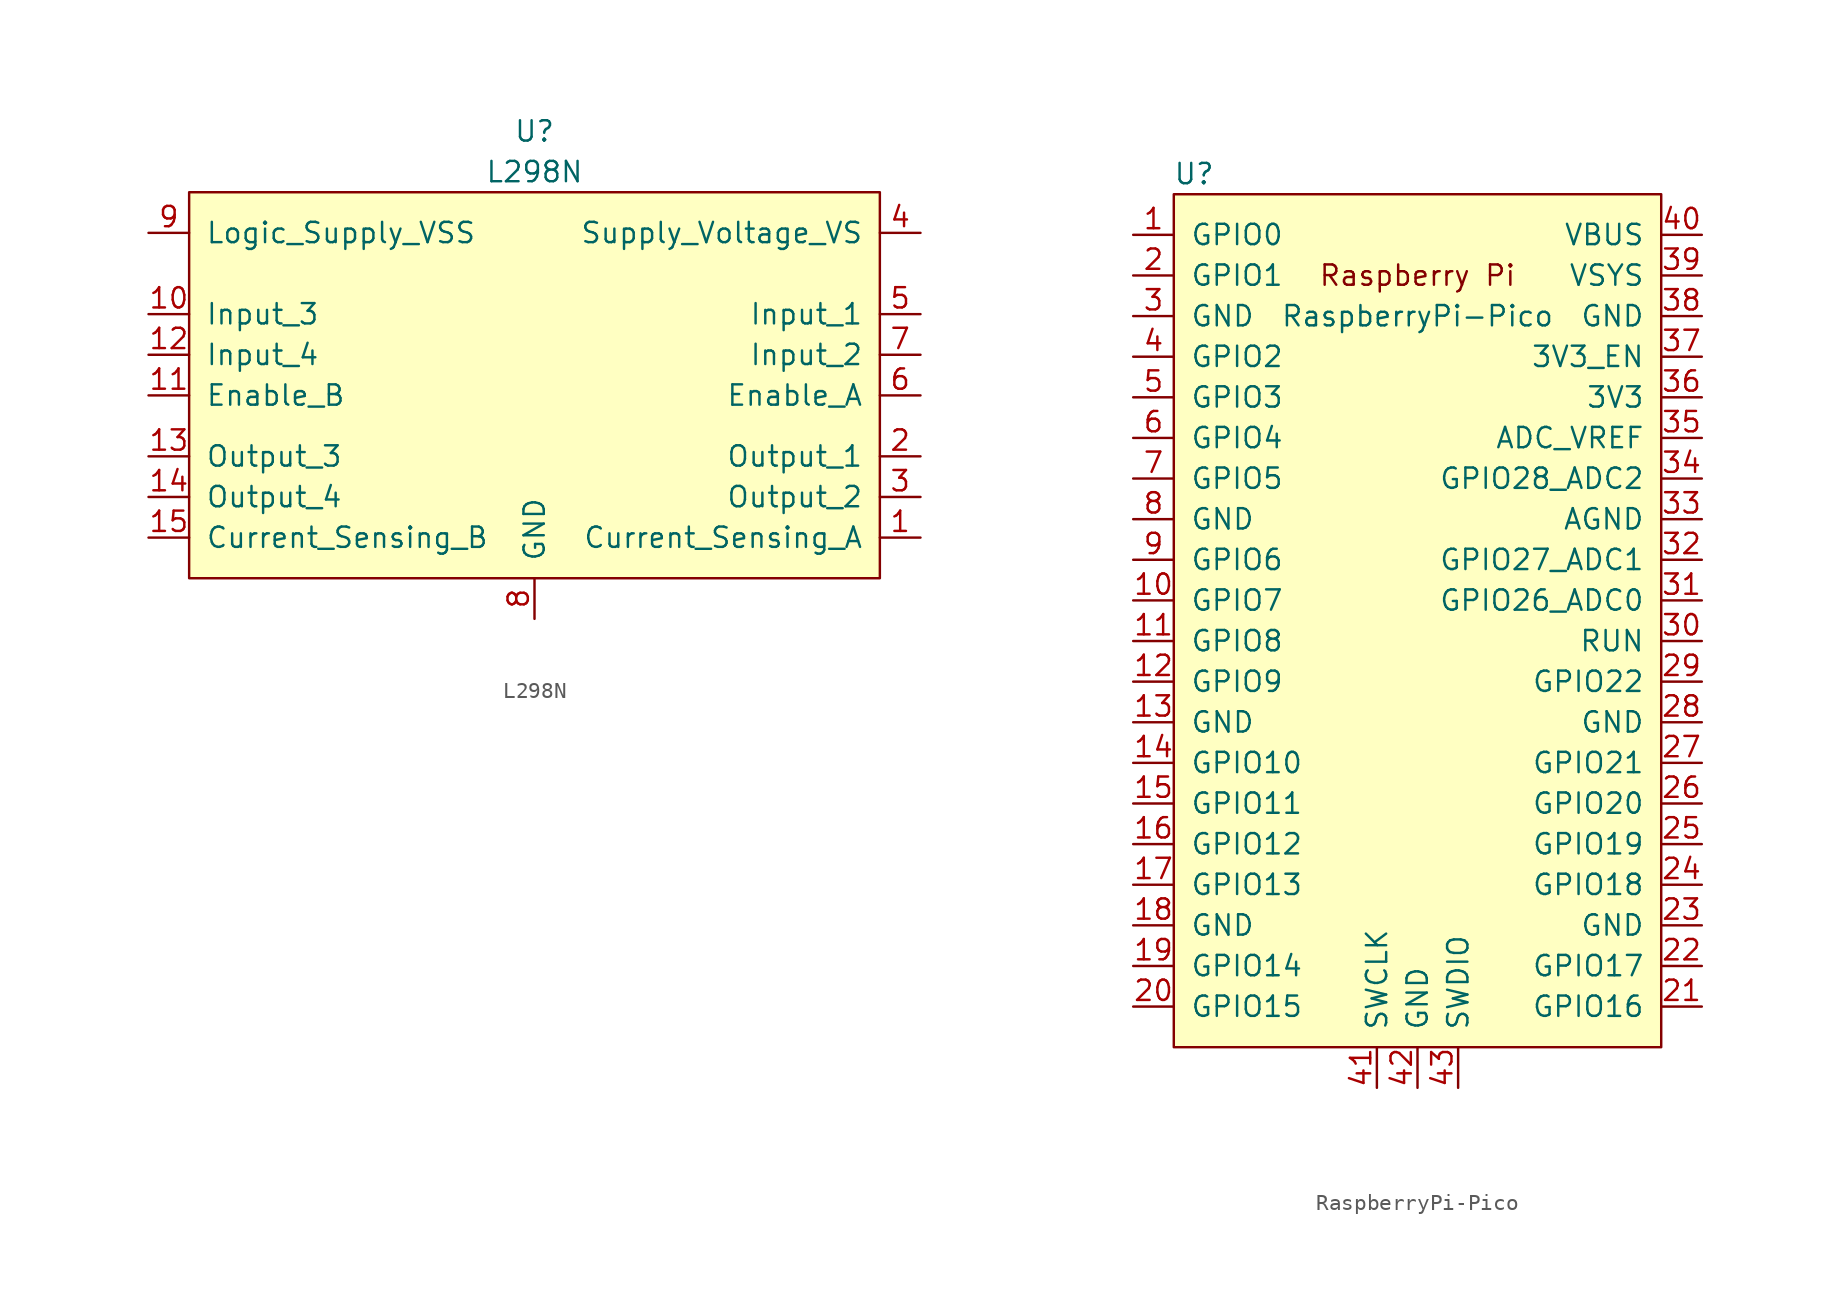
<source format=kicad_sym>
(kicad_symbol_lib
  (version 20211014)
  (generator kicad_symbol_editor)
  (symbol "L298N"
    (pin_names
      (offset 1.016))
    (property "Reference" "U"
      (at 0 3.81 0)
      (effects (font (size 1.27 1.27))))
    (property "Value" "L298N"
      (at 0 1.27 0)
      (effects (font (size 1.27 1.27))))
    (symbol "L298N_0_1"
      (rectangle (start -21.59 0) (end 21.59 -24.13) (stroke (width 0) (type default) (color 0 0 0 0)) (fill (type background))))
    (symbol "L298N_1_1"
      (pin output line (at 24.13 -21.59 180) (length 2.54) (name "Current_Sensing_A" (effects (font (size 1.27 1.27)))) (number "1" (effects (font (size 1.27 1.27)))))
      (pin input line (at -24.13 -7.62 0) (length 2.54) (name "Input_3" (effects (font (size 1.27 1.27)))) (number "10" (effects (font (size 1.27 1.27)))))
      (pin input line (at -24.13 -12.7 0) (length 2.54) (name "Enable_B" (effects (font (size 1.27 1.27)))) (number "11" (effects (font (size 1.27 1.27)))))
      (pin input line (at -24.13 -10.16 0) (length 2.54) (name "Input_4" (effects (font (size 1.27 1.27)))) (number "12" (effects (font (size 1.27 1.27)))))
      (pin output line (at -24.13 -16.51 0) (length 2.54) (name "Output_3" (effects (font (size 1.27 1.27)))) (number "13" (effects (font (size 1.27 1.27)))))
      (pin output line (at -24.13 -19.05 0) (length 2.54) (name "Output_4" (effects (font (size 1.27 1.27)))) (number "14" (effects (font (size 1.27 1.27)))))
      (pin output line (at -24.13 -21.59 0) (length 2.54) (name "Current_Sensing_B" (effects (font (size 1.27 1.27)))) (number "15" (effects (font (size 1.27 1.27)))))
      (pin output line (at 24.13 -16.51 180) (length 2.54) (name "Output_1" (effects (font (size 1.27 1.27)))) (number "2" (effects (font (size 1.27 1.27)))))
      (pin output line (at 24.13 -19.05 180) (length 2.54) (name "Output_2" (effects (font (size 1.27 1.27)))) (number "3" (effects (font (size 1.27 1.27)))))
      (pin power_in line (at 24.13 -2.54 180) (length 2.54) (name "Supply_Voltage_VS" (effects (font (size 1.27 1.27)))) (number "4" (effects (font (size 1.27 1.27)))))
      (pin input line (at 24.13 -7.62 180) (length 2.54) (name "Input_1" (effects (font (size 1.27 1.27)))) (number "5" (effects (font (size 1.27 1.27)))))
      (pin input line (at 24.13 -12.7 180) (length 2.54) (name "Enable_A" (effects (font (size 1.27 1.27)))) (number "6" (effects (font (size 1.27 1.27)))))
      (pin input line (at 24.13 -10.16 180) (length 2.54) (name "Input_2" (effects (font (size 1.27 1.27)))) (number "7" (effects (font (size 1.27 1.27)))))
      (pin power_in line (at 0 -26.67 90) (length 2.54) (name "GND" (effects (font (size 1.27 1.27)))) (number "8" (effects (font (size 1.27 1.27)))))
      (pin power_in line (at -24.13 -2.54 0) (length 2.54) (name "Logic_Supply_VSS" (effects (font (size 1.27 1.27)))) (number "9" (effects (font (size 1.27 1.27)))))))
  (symbol "RaspberryPi-Pico"
    (pin_names
      (offset 1.016))
    (property "Reference" "U"
      (at -13.97 27.94 0)
      (effects (font (size 1.27 1.27))))
    (property "Value" "RaspberryPi-Pico"
      (at 0 19.05 0)
      (effects (font (size 1.27 1.27))))
    (symbol "RaspberryPi-Pico_0_0"
      (text "Raspberry Pi" (at 0 21.59 0) (effects (font (size 1.27 1.27)))))
    (symbol "RaspberryPi-Pico_0_1"
      (rectangle (start -15.24 26.67) (end 15.24 -26.67) (stroke (width 0) (type default) (color 0 0 0 0)) (fill (type background))))
    (symbol "RaspberryPi-Pico_1_1"
      (pin bidirectional line (at -17.78 24.13 0) (length 2.54) (name "GPIO0" (effects (font (size 1.27 1.27)))) (number "1" (effects (font (size 1.27 1.27)))))
      (pin bidirectional line (at -17.78 1.27 0) (length 2.54) (name "GPIO7" (effects (font (size 1.27 1.27)))) (number "10" (effects (font (size 1.27 1.27)))))
      (pin bidirectional line (at -17.78 -1.27 0) (length 2.54) (name "GPIO8" (effects (font (size 1.27 1.27)))) (number "11" (effects (font (size 1.27 1.27)))))
      (pin bidirectional line (at -17.78 -3.81 0) (length 2.54) (name "GPIO9" (effects (font (size 1.27 1.27)))) (number "12" (effects (font (size 1.27 1.27)))))
      (pin power_in line (at -17.78 -6.35 0) (length 2.54) (name "GND" (effects (font (size 1.27 1.27)))) (number "13" (effects (font (size 1.27 1.27)))))
      (pin bidirectional line (at -17.78 -8.89 0) (length 2.54) (name "GPIO10" (effects (font (size 1.27 1.27)))) (number "14" (effects (font (size 1.27 1.27)))))
      (pin bidirectional line (at -17.78 -11.43 0) (length 2.54) (name "GPIO11" (effects (font (size 1.27 1.27)))) (number "15" (effects (font (size 1.27 1.27)))))
      (pin bidirectional line (at -17.78 -13.97 0) (length 2.54) (name "GPIO12" (effects (font (size 1.27 1.27)))) (number "16" (effects (font (size 1.27 1.27)))))
      (pin bidirectional line (at -17.78 -16.51 0) (length 2.54) (name "GPIO13" (effects (font (size 1.27 1.27)))) (number "17" (effects (font (size 1.27 1.27)))))
      (pin power_in line (at -17.78 -19.05 0) (length 2.54) (name "GND" (effects (font (size 1.27 1.27)))) (number "18" (effects (font (size 1.27 1.27)))))
      (pin bidirectional line (at -17.78 -21.59 0) (length 2.54) (name "GPIO14" (effects (font (size 1.27 1.27)))) (number "19" (effects (font (size 1.27 1.27)))))
      (pin bidirectional line (at -17.78 21.59 0) (length 2.54) (name "GPIO1" (effects (font (size 1.27 1.27)))) (number "2" (effects (font (size 1.27 1.27)))))
      (pin bidirectional line (at -17.78 -24.13 0) (length 2.54) (name "GPIO15" (effects (font (size 1.27 1.27)))) (number "20" (effects (font (size 1.27 1.27)))))
      (pin bidirectional line (at 17.78 -24.13 180) (length 2.54) (name "GPIO16" (effects (font (size 1.27 1.27)))) (number "21" (effects (font (size 1.27 1.27)))))
      (pin bidirectional line (at 17.78 -21.59 180) (length 2.54) (name "GPIO17" (effects (font (size 1.27 1.27)))) (number "22" (effects (font (size 1.27 1.27)))))
      (pin power_in line (at 17.78 -19.05 180) (length 2.54) (name "GND" (effects (font (size 1.27 1.27)))) (number "23" (effects (font (size 1.27 1.27)))))
      (pin bidirectional line (at 17.78 -16.51 180) (length 2.54) (name "GPIO18" (effects (font (size 1.27 1.27)))) (number "24" (effects (font (size 1.27 1.27)))))
      (pin bidirectional line (at 17.78 -13.97 180) (length 2.54) (name "GPIO19" (effects (font (size 1.27 1.27)))) (number "25" (effects (font (size 1.27 1.27)))))
      (pin bidirectional line (at 17.78 -11.43 180) (length 2.54) (name "GPIO20" (effects (font (size 1.27 1.27)))) (number "26" (effects (font (size 1.27 1.27)))))
      (pin bidirectional line (at 17.78 -8.89 180) (length 2.54) (name "GPIO21" (effects (font (size 1.27 1.27)))) (number "27" (effects (font (size 1.27 1.27)))))
      (pin power_in line (at 17.78 -6.35 180) (length 2.54) (name "GND" (effects (font (size 1.27 1.27)))) (number "28" (effects (font (size 1.27 1.27)))))
      (pin bidirectional line (at 17.78 -3.81 180) (length 2.54) (name "GPIO22" (effects (font (size 1.27 1.27)))) (number "29" (effects (font (size 1.27 1.27)))))
      (pin power_in line (at -17.78 19.05 0) (length 2.54) (name "GND" (effects (font (size 1.27 1.27)))) (number "3" (effects (font (size 1.27 1.27)))))
      (pin input line (at 17.78 -1.27 180) (length 2.54) (name "RUN" (effects (font (size 1.27 1.27)))) (number "30" (effects (font (size 1.27 1.27)))))
      (pin bidirectional line (at 17.78 1.27 180) (length 2.54) (name "GPIO26_ADC0" (effects (font (size 1.27 1.27)))) (number "31" (effects (font (size 1.27 1.27)))))
      (pin bidirectional line (at 17.78 3.81 180) (length 2.54) (name "GPIO27_ADC1" (effects (font (size 1.27 1.27)))) (number "32" (effects (font (size 1.27 1.27)))))
      (pin power_in line (at 17.78 6.35 180) (length 2.54) (name "AGND" (effects (font (size 1.27 1.27)))) (number "33" (effects (font (size 1.27 1.27)))))
      (pin bidirectional line (at 17.78 8.89 180) (length 2.54) (name "GPIO28_ADC2" (effects (font (size 1.27 1.27)))) (number "34" (effects (font (size 1.27 1.27)))))
      (pin unspecified line (at 17.78 11.43 180) (length 2.54) (name "ADC_VREF" (effects (font (size 1.27 1.27)))) (number "35" (effects (font (size 1.27 1.27)))))
      (pin unspecified line (at 17.78 13.97 180) (length 2.54) (name "3V3" (effects (font (size 1.27 1.27)))) (number "36" (effects (font (size 1.27 1.27)))))
      (pin input line (at 17.78 16.51 180) (length 2.54) (name "3V3_EN" (effects (font (size 1.27 1.27)))) (number "37" (effects (font (size 1.27 1.27)))))
      (pin power_in line (at 17.78 19.05 180) (length 2.54) (name "GND" (effects (font (size 1.27 1.27)))) (number "38" (effects (font (size 1.27 1.27)))))
      (pin unspecified line (at 17.78 21.59 180) (length 2.54) (name "VSYS" (effects (font (size 1.27 1.27)))) (number "39" (effects (font (size 1.27 1.27)))))
      (pin bidirectional line (at -17.78 16.51 0) (length 2.54) (name "GPIO2" (effects (font (size 1.27 1.27)))) (number "4" (effects (font (size 1.27 1.27)))))
      (pin unspecified line (at 17.78 24.13 180) (length 2.54) (name "VBUS" (effects (font (size 1.27 1.27)))) (number "40" (effects (font (size 1.27 1.27)))))
      (pin input line (at -2.54 -29.21 90) (length 2.54) (name "SWCLK" (effects (font (size 1.27 1.27)))) (number "41" (effects (font (size 1.27 1.27)))))
      (pin power_in line (at 0 -29.21 90) (length 2.54) (name "GND" (effects (font (size 1.27 1.27)))) (number "42" (effects (font (size 1.27 1.27)))))
      (pin bidirectional line (at 2.54 -29.21 90) (length 2.54) (name "SWDIO" (effects (font (size 1.27 1.27)))) (number "43" (effects (font (size 1.27 1.27)))))
      (pin bidirectional line (at -17.78 13.97 0) (length 2.54) (name "GPIO3" (effects (font (size 1.27 1.27)))) (number "5" (effects (font (size 1.27 1.27)))))
      (pin bidirectional line (at -17.78 11.43 0) (length 2.54) (name "GPIO4" (effects (font (size 1.27 1.27)))) (number "6" (effects (font (size 1.27 1.27)))))
      (pin bidirectional line (at -17.78 8.89 0) (length 2.54) (name "GPIO5" (effects (font (size 1.27 1.27)))) (number "7" (effects (font (size 1.27 1.27)))))
      (pin power_in line (at -17.78 6.35 0) (length 2.54) (name "GND" (effects (font (size 1.27 1.27)))) (number "8" (effects (font (size 1.27 1.27)))))
      (pin bidirectional line (at -17.78 3.81 0) (length 2.54) (name "GPIO6" (effects (font (size 1.27 1.27)))) (number "9" (effects (font (size 1.27 1.27))))))))
</source>
